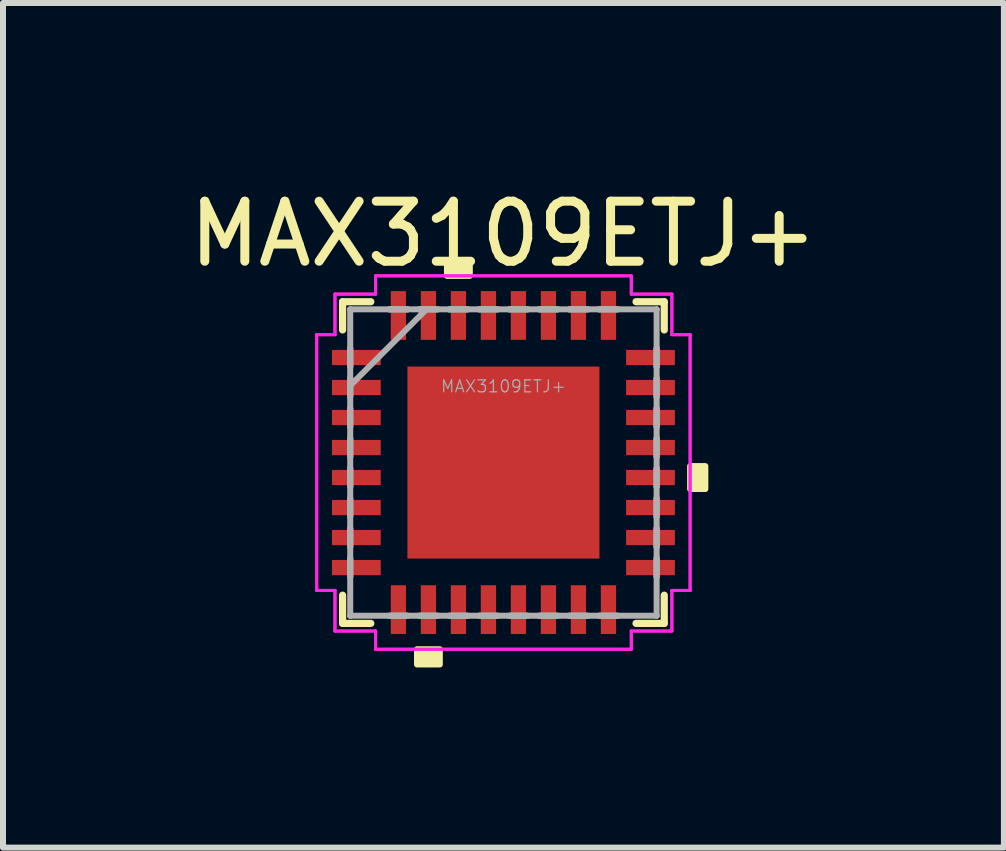
<source format=kicad_pcb>
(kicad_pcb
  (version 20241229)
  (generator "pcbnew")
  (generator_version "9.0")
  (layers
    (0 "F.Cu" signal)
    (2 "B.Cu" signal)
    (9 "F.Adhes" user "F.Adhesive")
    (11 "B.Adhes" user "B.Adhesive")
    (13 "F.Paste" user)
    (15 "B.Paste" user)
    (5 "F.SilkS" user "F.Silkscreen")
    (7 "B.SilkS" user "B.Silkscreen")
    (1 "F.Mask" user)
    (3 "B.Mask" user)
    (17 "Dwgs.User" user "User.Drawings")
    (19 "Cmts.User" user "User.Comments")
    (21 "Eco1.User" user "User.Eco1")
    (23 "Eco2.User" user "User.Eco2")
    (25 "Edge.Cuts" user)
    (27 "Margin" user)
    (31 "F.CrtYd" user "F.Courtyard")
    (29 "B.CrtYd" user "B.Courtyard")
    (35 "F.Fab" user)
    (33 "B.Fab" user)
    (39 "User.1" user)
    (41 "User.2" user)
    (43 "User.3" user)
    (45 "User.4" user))
  (footprint "MAX3109ETJ+"
    (layer "F.Cu")
    (at 5.339 4.658)
    (property "Reference" "MAX3109ETJ+" (at 0 -3.81 0) (layer "F.SilkS") (effects (font (size 1 1) (thickness 0.15))))
    (attr through_hole)
    (fp_line (start -2.68 -2.68) (end -2.68 -2.21) (stroke (width 0.12) (type solid)) (layer "F.SilkS"))
    (fp_line (start -2.68 2.21) (end -2.68 2.68) (stroke (width 0.12) (type solid)) (layer "F.SilkS"))
    (fp_line (start -2.68 2.68) (end -2.21 2.68) (stroke (width 0.12) (type solid)) (layer "F.SilkS"))
    (fp_line (start -2.21 -2.68) (end -2.68 -2.68) (stroke (width 0.12) (type solid)) (layer "F.SilkS"))
    (fp_line (start 2.21 2.68) (end 2.68 2.68) (stroke (width 0.12) (type solid)) (layer "F.SilkS"))
    (fp_line (start 2.68 -2.68) (end 2.21 -2.68) (stroke (width 0.12) (type solid)) (layer "F.SilkS"))
    (fp_line (start 2.68 -2.21) (end 2.68 -2.68) (stroke (width 0.12) (type solid)) (layer "F.SilkS"))
    (fp_line (start 2.68 2.68) (end 2.68 2.21) (stroke (width 0.12) (type solid)) (layer "F.SilkS"))
    (fp_poly (pts (xy -1.44 3.111) (xy -1.44 3.365) (xy -1.06 3.365) (xy -1.06 3.111)) (stroke (width 0.1) (type solid)) (fill yes) (layer "F.SilkS"))
    (fp_poly (pts (xy -0.941 -3.111) (xy -0.941 -3.365) (xy -0.56 -3.365) (xy -0.56 -3.111)) (stroke (width 0.1) (type solid)) (fill yes) (layer "F.SilkS"))
    (fp_poly (pts (xy 3.365 0.059) (xy 3.365 0.441) (xy 3.111 0.441) (xy 3.111 0.059)) (stroke (width 0.1) (type solid)) (fill yes) (layer "F.SilkS"))
    (fp_poly (pts (xy -1.5 -1.5) (xy -1.5 -0.1) (xy -0.1 -0.1) (xy -0.1 -1.5)) (stroke (width 0.1) (type solid)) (fill yes) (layer "F.Paste"))
    (fp_poly (pts (xy -1.5 0.1) (xy -1.5 1.5) (xy -0.1 1.5) (xy -0.1 0.1)) (stroke (width 0.1) (type solid)) (fill yes) (layer "F.Paste"))
    (fp_poly (pts (xy 0.1 -1.5) (xy 0.1 -0.1) (xy 1.5 -0.1) (xy 1.5 -1.5)) (stroke (width 0.1) (type solid)) (fill yes) (layer "F.Paste"))
    (fp_poly (pts (xy 0.1 0.1) (xy 0.1 1.5) (xy 1.5 1.5) (xy 1.5 0.1)) (stroke (width 0.1) (type solid)) (fill yes) (layer "F.Paste"))
    (fp_line (start -3.111 -2.131) (end -2.807 -2.131) (stroke (width 0.05) (type solid)) (layer "F.CrtYd"))
    (fp_line (start -3.111 -2.131) (end -2.807 -2.131) (stroke (width 0.05) (type solid)) (layer "F.CrtYd"))
    (fp_line (start -3.111 2.131) (end -3.111 -2.131) (stroke (width 0.05) (type solid)) (layer "F.CrtYd"))
    (fp_line (start -3.111 2.131) (end -3.111 -2.131) (stroke (width 0.05) (type solid)) (layer "F.CrtYd"))
    (fp_line (start -2.807 -2.807) (end -2.131 -2.807) (stroke (width 0.05) (type solid)) (layer "F.CrtYd"))
    (fp_line (start -2.807 -2.807) (end -2.131 -2.807) (stroke (width 0.05) (type solid)) (layer "F.CrtYd"))
    (fp_line (start -2.807 -2.131) (end -2.807 -2.807) (stroke (width 0.05) (type solid)) (layer "F.CrtYd"))
    (fp_line (start -2.807 -2.131) (end -2.807 -2.807) (stroke (width 0.05) (type solid)) (layer "F.CrtYd"))
    (fp_line (start -2.807 2.131) (end -3.111 2.131) (stroke (width 0.05) (type solid)) (layer "F.CrtYd"))
    (fp_line (start -2.807 2.131) (end -3.111 2.131) (stroke (width 0.05) (type solid)) (layer "F.CrtYd"))
    (fp_line (start -2.807 2.807) (end -2.807 2.131) (stroke (width 0.05) (type solid)) (layer "F.CrtYd"))
    (fp_line (start -2.807 2.807) (end -2.807 2.131) (stroke (width 0.05) (type solid)) (layer "F.CrtYd"))
    (fp_line (start -2.131 -3.111) (end 2.131 -3.111) (stroke (width 0.05) (type solid)) (layer "F.CrtYd"))
    (fp_line (start -2.131 -3.111) (end 2.131 -3.111) (stroke (width 0.05) (type solid)) (layer "F.CrtYd"))
    (fp_line (start -2.131 -2.807) (end -2.131 -3.111) (stroke (width 0.05) (type solid)) (layer "F.CrtYd"))
    (fp_line (start -2.131 -2.807) (end -2.131 -3.111) (stroke (width 0.05) (type solid)) (layer "F.CrtYd"))
    (fp_line (start -2.131 2.807) (end -2.807 2.807) (stroke (width 0.05) (type solid)) (layer "F.CrtYd"))
    (fp_line (start -2.131 2.807) (end -2.807 2.807) (stroke (width 0.05) (type solid)) (layer "F.CrtYd"))
    (fp_line (start -2.131 3.111) (end -2.131 2.807) (stroke (width 0.05) (type solid)) (layer "F.CrtYd"))
    (fp_line (start -2.131 3.111) (end -2.131 2.807) (stroke (width 0.05) (type solid)) (layer "F.CrtYd"))
    (fp_line (start 2.131 -3.111) (end 2.131 -2.807) (stroke (width 0.05) (type solid)) (layer "F.CrtYd"))
    (fp_line (start 2.131 -3.111) (end 2.131 -2.807) (stroke (width 0.05) (type solid)) (layer "F.CrtYd"))
    (fp_line (start 2.131 -2.807) (end 2.807 -2.807) (stroke (width 0.05) (type solid)) (layer "F.CrtYd"))
    (fp_line (start 2.131 -2.807) (end 2.807 -2.807) (stroke (width 0.05) (type solid)) (layer "F.CrtYd"))
    (fp_line (start 2.131 2.807) (end 2.131 3.111) (stroke (width 0.05) (type solid)) (layer "F.CrtYd"))
    (fp_line (start 2.131 2.807) (end 2.131 3.111) (stroke (width 0.05) (type solid)) (layer "F.CrtYd"))
    (fp_line (start 2.131 3.111) (end -2.131 3.111) (stroke (width 0.05) (type solid)) (layer "F.CrtYd"))
    (fp_line (start 2.131 3.111) (end -2.131 3.111) (stroke (width 0.05) (type solid)) (layer "F.CrtYd"))
    (fp_line (start 2.807 -2.807) (end 2.807 -2.131) (stroke (width 0.05) (type solid)) (layer "F.CrtYd"))
    (fp_line (start 2.807 -2.807) (end 2.807 -2.131) (stroke (width 0.05) (type solid)) (layer "F.CrtYd"))
    (fp_line (start 2.807 -2.131) (end 3.111 -2.131) (stroke (width 0.05) (type solid)) (layer "F.CrtYd"))
    (fp_line (start 2.807 -2.131) (end 3.111 -2.131) (stroke (width 0.05) (type solid)) (layer "F.CrtYd"))
    (fp_line (start 2.807 2.131) (end 2.807 2.807) (stroke (width 0.05) (type solid)) (layer "F.CrtYd"))
    (fp_line (start 2.807 2.131) (end 2.807 2.807) (stroke (width 0.05) (type solid)) (layer "F.CrtYd"))
    (fp_line (start 2.807 2.807) (end 2.131 2.807) (stroke (width 0.05) (type solid)) (layer "F.CrtYd"))
    (fp_line (start 2.807 2.807) (end 2.131 2.807) (stroke (width 0.05) (type solid)) (layer "F.CrtYd"))
    (fp_line (start 3.111 -2.131) (end 3.111 2.131) (stroke (width 0.05) (type solid)) (layer "F.CrtYd"))
    (fp_line (start 3.111 -2.131) (end 3.111 2.131) (stroke (width 0.05) (type solid)) (layer "F.CrtYd"))
    (fp_line (start 3.111 2.131) (end 2.807 2.131) (stroke (width 0.05) (type solid)) (layer "F.CrtYd"))
    (fp_line (start 3.111 2.131) (end 2.807 2.131) (stroke (width 0.05) (type solid)) (layer "F.CrtYd"))
    (fp_line (start -2.553 -2.553) (end -2.553 -2.553) (stroke (width 0.1) (type solid)) (layer "F.Fab"))
    (fp_line (start -2.553 -2.553) (end -2.553 2.553) (stroke (width 0.1) (type solid)) (layer "F.Fab"))
    (fp_line (start -2.553 -1.902) (end -2.553 -1.902) (stroke (width 0.1) (type solid)) (layer "F.Fab"))
    (fp_line (start -2.553 -1.902) (end -2.553 -1.598) (stroke (width 0.1) (type solid)) (layer "F.Fab"))
    (fp_line (start -2.553 -1.598) (end -2.553 -1.902) (stroke (width 0.1) (type solid)) (layer "F.Fab"))
    (fp_line (start -2.553 -1.598) (end -2.553 -1.598) (stroke (width 0.1) (type solid)) (layer "F.Fab"))
    (fp_line (start -2.553 -1.402) (end -2.553 -1.402) (stroke (width 0.1) (type solid)) (layer "F.Fab"))
    (fp_line (start -2.553 -1.402) (end -2.553 -1.098) (stroke (width 0.1) (type solid)) (layer "F.Fab"))
    (fp_line (start -2.553 -1.283) (end -1.283 -2.553) (stroke (width 0.1) (type solid)) (layer "F.Fab"))
    (fp_line (start -2.553 -1.098) (end -2.553 -1.402) (stroke (width 0.1) (type solid)) (layer "F.Fab"))
    (fp_line (start -2.553 -1.098) (end -2.553 -1.098) (stroke (width 0.1) (type solid)) (layer "F.Fab"))
    (fp_line (start -2.553 -0.902) (end -2.553 -0.902) (stroke (width 0.1) (type solid)) (layer "F.Fab"))
    (fp_line (start -2.553 -0.902) (end -2.553 -0.598) (stroke (width 0.1) (type solid)) (layer "F.Fab"))
    (fp_line (start -2.553 -0.598) (end -2.553 -0.902) (stroke (width 0.1) (type solid)) (layer "F.Fab"))
    (fp_line (start -2.553 -0.598) (end -2.553 -0.598) (stroke (width 0.1) (type solid)) (layer "F.Fab"))
    (fp_line (start -2.553 -0.402) (end -2.553 -0.402) (stroke (width 0.1) (type solid)) (layer "F.Fab"))
    (fp_line (start -2.553 -0.402) (end -2.553 -0.098) (stroke (width 0.1) (type solid)) (layer "F.Fab"))
    (fp_line (start -2.553 -0.098) (end -2.553 -0.402) (stroke (width 0.1) (type solid)) (layer "F.Fab"))
    (fp_line (start -2.553 -0.098) (end -2.553 -0.098) (stroke (width 0.1) (type solid)) (layer "F.Fab"))
    (fp_line (start -2.553 0.098) (end -2.553 0.098) (stroke (width 0.1) (type solid)) (layer "F.Fab"))
    (fp_line (start -2.553 0.098) (end -2.553 0.402) (stroke (width 0.1) (type solid)) (layer "F.Fab"))
    (fp_line (start -2.553 0.402) (end -2.553 0.098) (stroke (width 0.1) (type solid)) (layer "F.Fab"))
    (fp_line (start -2.553 0.402) (end -2.553 0.402) (stroke (width 0.1) (type solid)) (layer "F.Fab"))
    (fp_line (start -2.553 0.598) (end -2.553 0.598) (stroke (width 0.1) (type solid)) (layer "F.Fab"))
    (fp_line (start -2.553 0.598) (end -2.553 0.902) (stroke (width 0.1) (type solid)) (layer "F.Fab"))
    (fp_line (start -2.553 0.902) (end -2.553 0.598) (stroke (width 0.1) (type solid)) (layer "F.Fab"))
    (fp_line (start -2.553 0.902) (end -2.553 0.902) (stroke (width 0.1) (type solid)) (layer "F.Fab"))
    (fp_line (start -2.553 1.098) (end -2.553 1.098) (stroke (width 0.1) (type solid)) (layer "F.Fab"))
    (fp_line (start -2.553 1.098) (end -2.553 1.402) (stroke (width 0.1) (type solid)) (layer "F.Fab"))
    (fp_line (start -2.553 1.402) (end -2.553 1.098) (stroke (width 0.1) (type solid)) (layer "F.Fab"))
    (fp_line (start -2.553 1.402) (end -2.553 1.402) (stroke (width 0.1) (type solid)) (layer "F.Fab"))
    (fp_line (start -2.553 1.598) (end -2.553 1.598) (stroke (width 0.1) (type solid)) (layer "F.Fab"))
    (fp_line (start -2.553 1.598) (end -2.553 1.902) (stroke (width 0.1) (type solid)) (layer "F.Fab"))
    (fp_line (start -2.553 1.902) (end -2.553 1.598) (stroke (width 0.1) (type solid)) (layer "F.Fab"))
    (fp_line (start -2.553 1.902) (end -2.553 1.902) (stroke (width 0.1) (type solid)) (layer "F.Fab"))
    (fp_line (start -2.553 2.553) (end -2.553 2.553) (stroke (width 0.1) (type solid)) (layer "F.Fab"))
    (fp_line (start -2.553 2.553) (end 2.553 2.553) (stroke (width 0.1) (type solid)) (layer "F.Fab"))
    (fp_line (start -1.902 -2.553) (end -1.902 -2.553) (stroke (width 0.1) (type solid)) (layer "F.Fab"))
    (fp_line (start -1.902 -2.553) (end -1.598 -2.553) (stroke (width 0.1) (type solid)) (layer "F.Fab"))
    (fp_line (start -1.902 2.553) (end -1.902 2.553) (stroke (width 0.1) (type solid)) (layer "F.Fab"))
    (fp_line (start -1.902 2.553) (end -1.598 2.553) (stroke (width 0.1) (type solid)) (layer "F.Fab"))
    (fp_line (start -1.598 -2.553) (end -1.902 -2.553) (stroke (width 0.1) (type solid)) (layer "F.Fab"))
    (fp_line (start -1.598 -2.553) (end -1.598 -2.553) (stroke (width 0.1) (type solid)) (layer "F.Fab"))
    (fp_line (start -1.598 2.553) (end -1.902 2.553) (stroke (width 0.1) (type solid)) (layer "F.Fab"))
    (fp_line (start -1.598 2.553) (end -1.598 2.553) (stroke (width 0.1) (type solid)) (layer "F.Fab"))
    (fp_line (start -1.402 -2.553) (end -1.402 -2.553) (stroke (width 0.1) (type solid)) (layer "F.Fab"))
    (fp_line (start -1.402 -2.553) (end -1.098 -2.553) (stroke (width 0.1) (type solid)) (layer "F.Fab"))
    (fp_line (start -1.402 2.553) (end -1.402 2.553) (stroke (width 0.1) (type solid)) (layer "F.Fab"))
    (fp_line (start -1.402 2.553) (end -1.098 2.553) (stroke (width 0.1) (type solid)) (layer "F.Fab"))
    (fp_line (start -1.098 -2.553) (end -1.402 -2.553) (stroke (width 0.1) (type solid)) (layer "F.Fab"))
    (fp_line (start -1.098 -2.553) (end -1.098 -2.553) (stroke (width 0.1) (type solid)) (layer "F.Fab"))
    (fp_line (start -1.098 2.553) (end -1.402 2.553) (stroke (width 0.1) (type solid)) (layer "F.Fab"))
    (fp_line (start -1.098 2.553) (end -1.098 2.553) (stroke (width 0.1) (type solid)) (layer "F.Fab"))
    (fp_line (start -0.902 -2.553) (end -0.902 -2.553) (stroke (width 0.1) (type solid)) (layer "F.Fab"))
    (fp_line (start -0.902 -2.553) (end -0.598 -2.553) (stroke (width 0.1) (type solid)) (layer "F.Fab"))
    (fp_line (start -0.902 2.553) (end -0.902 2.553) (stroke (width 0.1) (type solid)) (layer "F.Fab"))
    (fp_line (start -0.902 2.553) (end -0.598 2.553) (stroke (width 0.1) (type solid)) (layer "F.Fab"))
    (fp_line (start -0.598 -2.553) (end -0.902 -2.553) (stroke (width 0.1) (type solid)) (layer "F.Fab"))
    (fp_line (start -0.598 -2.553) (end -0.598 -2.553) (stroke (width 0.1) (type solid)) (layer "F.Fab"))
    (fp_line (start -0.598 2.553) (end -0.902 2.553) (stroke (width 0.1) (type solid)) (layer "F.Fab"))
    (fp_line (start -0.598 2.553) (end -0.598 2.553) (stroke (width 0.1) (type solid)) (layer "F.Fab"))
    (fp_line (start -0.402 -2.553) (end -0.402 -2.553) (stroke (width 0.1) (type solid)) (layer "F.Fab"))
    (fp_line (start -0.402 -2.553) (end -0.098 -2.553) (stroke (width 0.1) (type solid)) (layer "F.Fab"))
    (fp_line (start -0.402 2.553) (end -0.402 2.553) (stroke (width 0.1) (type solid)) (layer "F.Fab"))
    (fp_line (start -0.402 2.553) (end -0.098 2.553) (stroke (width 0.1) (type solid)) (layer "F.Fab"))
    (fp_line (start -0.098 -2.553) (end -0.402 -2.553) (stroke (width 0.1) (type solid)) (layer "F.Fab"))
    (fp_line (start -0.098 -2.553) (end -0.098 -2.553) (stroke (width 0.1) (type solid)) (layer "F.Fab"))
    (fp_line (start -0.098 2.553) (end -0.402 2.553) (stroke (width 0.1) (type solid)) (layer "F.Fab"))
    (fp_line (start -0.098 2.553) (end -0.098 2.553) (stroke (width 0.1) (type solid)) (layer "F.Fab"))
    (fp_line (start 0.098 -2.553) (end 0.098 -2.553) (stroke (width 0.1) (type solid)) (layer "F.Fab"))
    (fp_line (start 0.098 -2.553) (end 0.402 -2.553) (stroke (width 0.1) (type solid)) (layer "F.Fab"))
    (fp_line (start 0.098 2.553) (end 0.098 2.553) (stroke (width 0.1) (type solid)) (layer "F.Fab"))
    (fp_line (start 0.098 2.553) (end 0.402 2.553) (stroke (width 0.1) (type solid)) (layer "F.Fab"))
    (fp_line (start 0.402 -2.553) (end 0.098 -2.553) (stroke (width 0.1) (type solid)) (layer "F.Fab"))
    (fp_line (start 0.402 -2.553) (end 0.402 -2.553) (stroke (width 0.1) (type solid)) (layer "F.Fab"))
    (fp_line (start 0.402 2.553) (end 0.098 2.553) (stroke (width 0.1) (type solid)) (layer "F.Fab"))
    (fp_line (start 0.402 2.553) (end 0.402 2.553) (stroke (width 0.1) (type solid)) (layer "F.Fab"))
    (fp_line (start 0.598 -2.553) (end 0.598 -2.553) (stroke (width 0.1) (type solid)) (layer "F.Fab"))
    (fp_line (start 0.598 -2.553) (end 0.902 -2.553) (stroke (width 0.1) (type solid)) (layer "F.Fab"))
    (fp_line (start 0.598 2.553) (end 0.598 2.553) (stroke (width 0.1) (type solid)) (layer "F.Fab"))
    (fp_line (start 0.598 2.553) (end 0.902 2.553) (stroke (width 0.1) (type solid)) (layer "F.Fab"))
    (fp_line (start 0.902 -2.553) (end 0.598 -2.553) (stroke (width 0.1) (type solid)) (layer "F.Fab"))
    (fp_line (start 0.902 -2.553) (end 0.902 -2.553) (stroke (width 0.1) (type solid)) (layer "F.Fab"))
    (fp_line (start 0.902 2.553) (end 0.598 2.553) (stroke (width 0.1) (type solid)) (layer "F.Fab"))
    (fp_line (start 0.902 2.553) (end 0.902 2.553) (stroke (width 0.1) (type solid)) (layer "F.Fab"))
    (fp_line (start 1.098 -2.553) (end 1.098 -2.553) (stroke (width 0.1) (type solid)) (layer "F.Fab"))
    (fp_line (start 1.098 -2.553) (end 1.402 -2.553) (stroke (width 0.1) (type solid)) (layer "F.Fab"))
    (fp_line (start 1.098 2.553) (end 1.098 2.553) (stroke (width 0.1) (type solid)) (layer "F.Fab"))
    (fp_line (start 1.098 2.553) (end 1.402 2.553) (stroke (width 0.1) (type solid)) (layer "F.Fab"))
    (fp_line (start 1.402 -2.553) (end 1.098 -2.553) (stroke (width 0.1) (type solid)) (layer "F.Fab"))
    (fp_line (start 1.402 -2.553) (end 1.402 -2.553) (stroke (width 0.1) (type solid)) (layer "F.Fab"))
    (fp_line (start 1.402 2.553) (end 1.098 2.553) (stroke (width 0.1) (type solid)) (layer "F.Fab"))
    (fp_line (start 1.402 2.553) (end 1.402 2.553) (stroke (width 0.1) (type solid)) (layer "F.Fab"))
    (fp_line (start 1.598 -2.553) (end 1.598 -2.553) (stroke (width 0.1) (type solid)) (layer "F.Fab"))
    (fp_line (start 1.598 -2.553) (end 1.902 -2.553) (stroke (width 0.1) (type solid)) (layer "F.Fab"))
    (fp_line (start 1.598 2.553) (end 1.598 2.553) (stroke (width 0.1) (type solid)) (layer "F.Fab"))
    (fp_line (start 1.598 2.553) (end 1.902 2.553) (stroke (width 0.1) (type solid)) (layer "F.Fab"))
    (fp_line (start 1.902 -2.553) (end 1.598 -2.553) (stroke (width 0.1) (type solid)) (layer "F.Fab"))
    (fp_line (start 1.902 -2.553) (end 1.902 -2.553) (stroke (width 0.1) (type solid)) (layer "F.Fab"))
    (fp_line (start 1.902 2.553) (end 1.598 2.553) (stroke (width 0.1) (type solid)) (layer "F.Fab"))
    (fp_line (start 1.902 2.553) (end 1.902 2.553) (stroke (width 0.1) (type solid)) (layer "F.Fab"))
    (fp_line (start 2.553 -2.553) (end -2.553 -2.553) (stroke (width 0.1) (type solid)) (layer "F.Fab"))
    (fp_line (start 2.553 -2.553) (end 2.553 -2.553) (stroke (width 0.1) (type solid)) (layer "F.Fab"))
    (fp_line (start 2.553 -1.902) (end 2.553 -1.902) (stroke (width 0.1) (type solid)) (layer "F.Fab"))
    (fp_line (start 2.553 -1.902) (end 2.553 -1.598) (stroke (width 0.1) (type solid)) (layer "F.Fab"))
    (fp_line (start 2.553 -1.598) (end 2.553 -1.902) (stroke (width 0.1) (type solid)) (layer "F.Fab"))
    (fp_line (start 2.553 -1.598) (end 2.553 -1.598) (stroke (width 0.1) (type solid)) (layer "F.Fab"))
    (fp_line (start 2.553 -1.402) (end 2.553 -1.402) (stroke (width 0.1) (type solid)) (layer "F.Fab"))
    (fp_line (start 2.553 -1.402) (end 2.553 -1.098) (stroke (width 0.1) (type solid)) (layer "F.Fab"))
    (fp_line (start 2.553 -1.098) (end 2.553 -1.402) (stroke (width 0.1) (type solid)) (layer "F.Fab"))
    (fp_line (start 2.553 -1.098) (end 2.553 -1.098) (stroke (width 0.1) (type solid)) (layer "F.Fab"))
    (fp_line (start 2.553 -0.902) (end 2.553 -0.902) (stroke (width 0.1) (type solid)) (layer "F.Fab"))
    (fp_line (start 2.553 -0.902) (end 2.553 -0.598) (stroke (width 0.1) (type solid)) (layer "F.Fab"))
    (fp_line (start 2.553 -0.598) (end 2.553 -0.902) (stroke (width 0.1) (type solid)) (layer "F.Fab"))
    (fp_line (start 2.553 -0.598) (end 2.553 -0.598) (stroke (width 0.1) (type solid)) (layer "F.Fab"))
    (fp_line (start 2.553 -0.402) (end 2.553 -0.402) (stroke (width 0.1) (type solid)) (layer "F.Fab"))
    (fp_line (start 2.553 -0.402) (end 2.553 -0.098) (stroke (width 0.1) (type solid)) (layer "F.Fab"))
    (fp_line (start 2.553 -0.098) (end 2.553 -0.402) (stroke (width 0.1) (type solid)) (layer "F.Fab"))
    (fp_line (start 2.553 -0.098) (end 2.553 -0.098) (stroke (width 0.1) (type solid)) (layer "F.Fab"))
    (fp_line (start 2.553 0.098) (end 2.553 0.098) (stroke (width 0.1) (type solid)) (layer "F.Fab"))
    (fp_line (start 2.553 0.098) (end 2.553 0.402) (stroke (width 0.1) (type solid)) (layer "F.Fab"))
    (fp_line (start 2.553 0.402) (end 2.553 0.098) (stroke (width 0.1) (type solid)) (layer "F.Fab"))
    (fp_line (start 2.553 0.402) (end 2.553 0.402) (stroke (width 0.1) (type solid)) (layer "F.Fab"))
    (fp_line (start 2.553 0.598) (end 2.553 0.598) (stroke (width 0.1) (type solid)) (layer "F.Fab"))
    (fp_line (start 2.553 0.598) (end 2.553 0.902) (stroke (width 0.1) (type solid)) (layer "F.Fab"))
    (fp_line (start 2.553 0.902) (end 2.553 0.598) (stroke (width 0.1) (type solid)) (layer "F.Fab"))
    (fp_line (start 2.553 0.902) (end 2.553 0.902) (stroke (width 0.1) (type solid)) (layer "F.Fab"))
    (fp_line (start 2.553 1.098) (end 2.553 1.098) (stroke (width 0.1) (type solid)) (layer "F.Fab"))
    (fp_line (start 2.553 1.098) (end 2.553 1.402) (stroke (width 0.1) (type solid)) (layer "F.Fab"))
    (fp_line (start 2.553 1.402) (end 2.553 1.098) (stroke (width 0.1) (type solid)) (layer "F.Fab"))
    (fp_line (start 2.553 1.402) (end 2.553 1.402) (stroke (width 0.1) (type solid)) (layer "F.Fab"))
    (fp_line (start 2.553 1.598) (end 2.553 1.598) (stroke (width 0.1) (type solid)) (layer "F.Fab"))
    (fp_line (start 2.553 1.598) (end 2.553 1.902) (stroke (width 0.1) (type solid)) (layer "F.Fab"))
    (fp_line (start 2.553 1.902) (end 2.553 1.598) (stroke (width 0.1) (type solid)) (layer "F.Fab"))
    (fp_line (start 2.553 1.902) (end 2.553 1.902) (stroke (width 0.1) (type solid)) (layer "F.Fab"))
    (fp_line (start 2.553 2.553) (end 2.553 -2.553) (stroke (width 0.1) (type solid)) (layer "F.Fab"))
    (fp_line (start 2.553 2.553) (end 2.553 2.553) (stroke (width 0.1) (type solid)) (layer "F.Fab"))
    (fp_text user "${REFERENCE}" (at 0 -1.27 0) (layer "F.Fab") (effects (font (size 0.2 0.2) (thickness 0.02))))
    (pad "1" smd rect (at -2.451 -1.75 90) (size 0.254 0.813) (layers "F.Cu" "F.Mask" "F.Paste"))
    (pad "2" smd rect (at -2.451 -1.25 90) (size 0.254 0.813) (layers "F.Cu" "F.Mask" "F.Paste"))
    (pad "3" smd rect (at -2.451 -0.75 90) (size 0.254 0.813) (layers "F.Cu" "F.Mask" "F.Paste"))
    (pad "4" smd rect (at -2.451 -0.25 90) (size 0.254 0.813) (layers "F.Cu" "F.Mask" "F.Paste"))
    (pad "5" smd rect (at -2.451 0.25 90) (size 0.254 0.813) (layers "F.Cu" "F.Mask" "F.Paste"))
    (pad "6" smd rect (at -2.451 0.75 90) (size 0.254 0.813) (layers "F.Cu" "F.Mask" "F.Paste"))
    (pad "7" smd rect (at -2.451 1.25 90) (size 0.254 0.813) (layers "F.Cu" "F.Mask" "F.Paste"))
    (pad "8" smd rect (at -2.451 1.75 90) (size 0.254 0.813) (layers "F.Cu" "F.Mask" "F.Paste"))
    (pad "9" smd rect (at -1.75 2.451) (size 0.254 0.813) (layers "F.Cu" "F.Mask" "F.Paste"))
    (pad "10" smd rect (at -1.25 2.451) (size 0.254 0.813) (layers "F.Cu" "F.Mask" "F.Paste"))
    (pad "11" smd rect (at -0.75 2.451) (size 0.254 0.813) (layers "F.Cu" "F.Mask" "F.Paste"))
    (pad "12" smd rect (at -0.25 2.451) (size 0.254 0.813) (layers "F.Cu" "F.Mask" "F.Paste"))
    (pad "13" smd rect (at 0.25 2.451) (size 0.254 0.813) (layers "F.Cu" "F.Mask" "F.Paste"))
    (pad "14" smd rect (at 0.75 2.451) (size 0.254 0.813) (layers "F.Cu" "F.Mask" "F.Paste"))
    (pad "15" smd rect (at 1.25 2.451) (size 0.254 0.813) (layers "F.Cu" "F.Mask" "F.Paste"))
    (pad "16" smd rect (at 1.75 2.451) (size 0.254 0.813) (layers "F.Cu" "F.Mask" "F.Paste"))
    (pad "17" smd rect (at 2.451 1.75 90) (size 0.254 0.813) (layers "F.Cu" "F.Mask" "F.Paste"))
    (pad "18" smd rect (at 2.451 1.25 90) (size 0.254 0.813) (layers "F.Cu" "F.Mask" "F.Paste"))
    (pad "19" smd rect (at 2.451 0.75 90) (size 0.254 0.813) (layers "F.Cu" "F.Mask" "F.Paste"))
    (pad "20" smd rect (at 2.451 0.25 90) (size 0.254 0.813) (layers "F.Cu" "F.Mask" "F.Paste"))
    (pad "21" smd rect (at 2.451 -0.25 90) (size 0.254 0.813) (layers "F.Cu" "F.Mask" "F.Paste"))
    (pad "22" smd rect (at 2.451 -0.75 90) (size 0.254 0.813) (layers "F.Cu" "F.Mask" "F.Paste"))
    (pad "23" smd rect (at 2.451 -1.25 90) (size 0.254 0.813) (layers "F.Cu" "F.Mask" "F.Paste"))
    (pad "24" smd rect (at 2.451 -1.75 90) (size 0.254 0.813) (layers "F.Cu" "F.Mask" "F.Paste"))
    (pad "25" smd rect (at 1.75 -2.451) (size 0.254 0.813) (layers "F.Cu" "F.Mask" "F.Paste"))
    (pad "26" smd rect (at 1.25 -2.451) (size 0.254 0.813) (layers "F.Cu" "F.Mask" "F.Paste"))
    (pad "27" smd rect (at 0.75 -2.451) (size 0.254 0.813) (layers "F.Cu" "F.Mask" "F.Paste"))
    (pad "28" smd rect (at 0.25 -2.451) (size 0.254 0.813) (layers "F.Cu" "F.Mask" "F.Paste"))
    (pad "29" smd rect (at -0.25 -2.451) (size 0.254 0.813) (layers "F.Cu" "F.Mask" "F.Paste"))
    (pad "30" smd rect (at -0.75 -2.451) (size 0.254 0.813) (layers "F.Cu" "F.Mask" "F.Paste"))
    (pad "31" smd rect (at -1.25 -2.451) (size 0.254 0.813) (layers "F.Cu" "F.Mask" "F.Paste"))
    (pad "32" smd rect (at -1.75 -2.451) (size 0.254 0.813) (layers "F.Cu" "F.Mask" "F.Paste"))
    (pad "33" smd rect (at 0 0) (size 3.2 3.2) (layers "F.Cu" "F.Mask")))
  (gr_rect
    (start -3 -3)
    (end 13.679 11.074)
    (stroke (width 0.1) (type default))
    (fill no)
    (layer "Edge.Cuts")))
</source>
